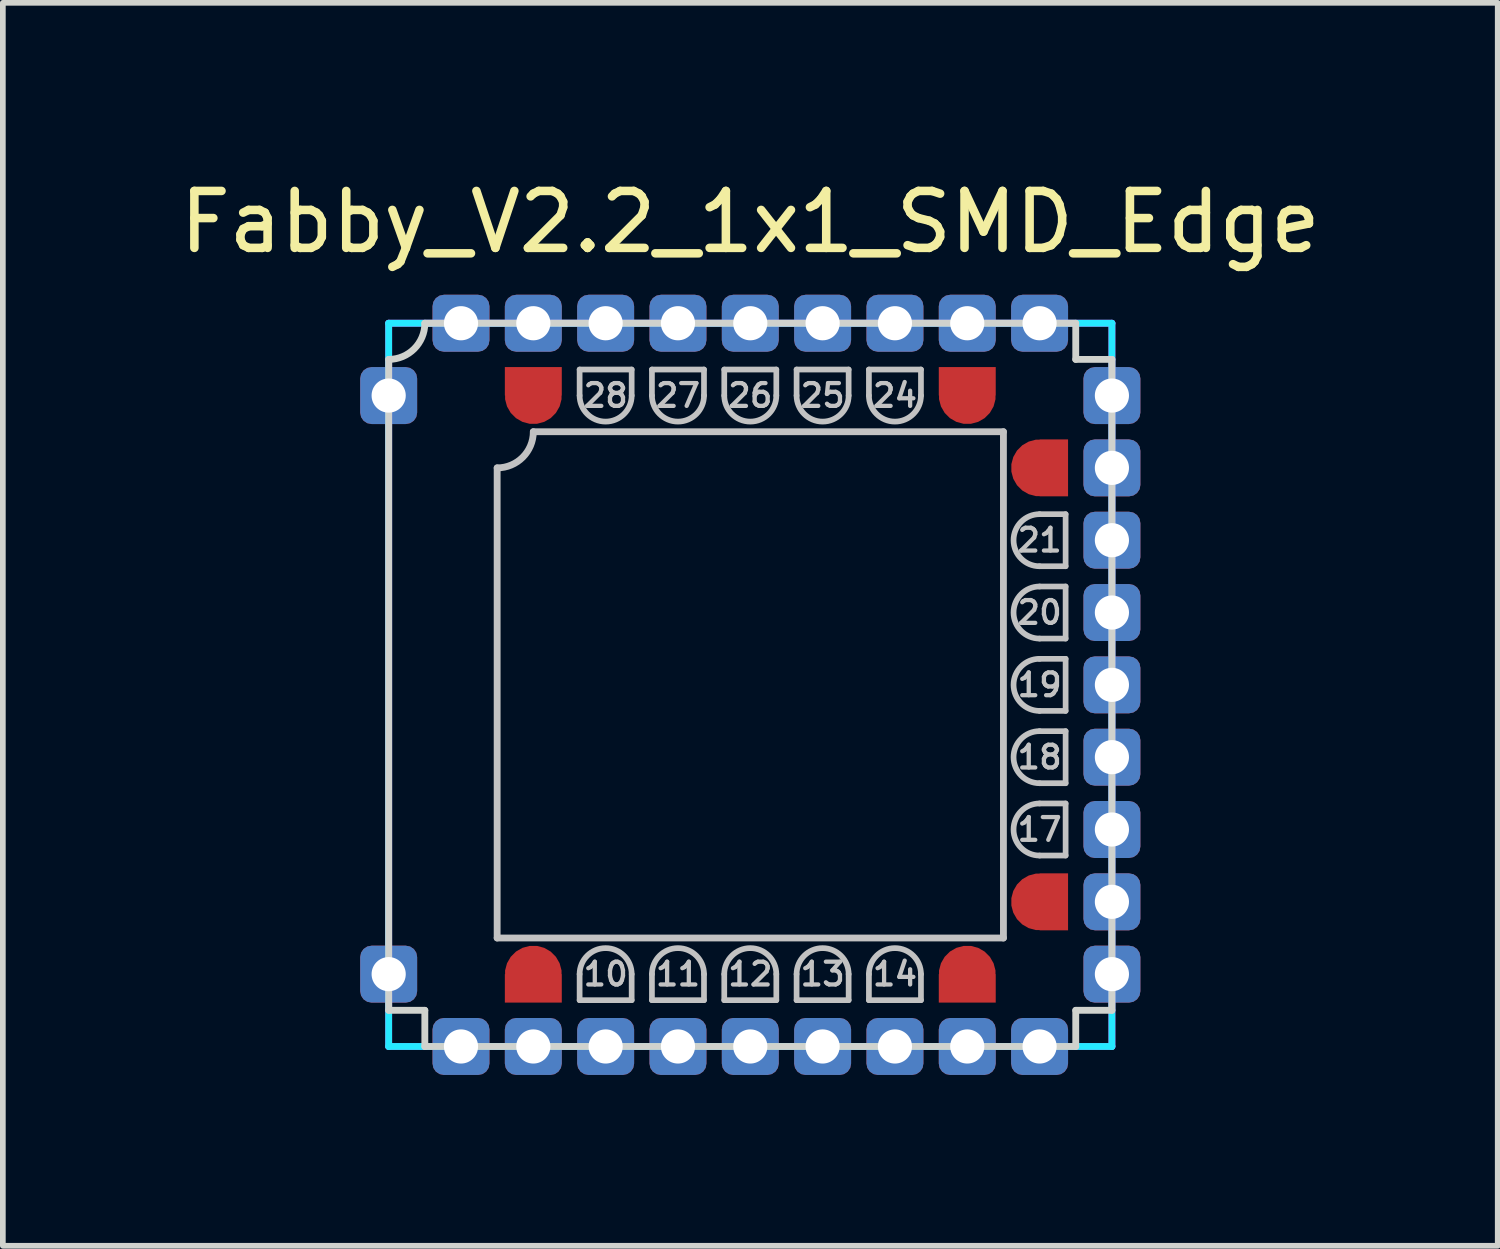
<source format=kicad_pcb>
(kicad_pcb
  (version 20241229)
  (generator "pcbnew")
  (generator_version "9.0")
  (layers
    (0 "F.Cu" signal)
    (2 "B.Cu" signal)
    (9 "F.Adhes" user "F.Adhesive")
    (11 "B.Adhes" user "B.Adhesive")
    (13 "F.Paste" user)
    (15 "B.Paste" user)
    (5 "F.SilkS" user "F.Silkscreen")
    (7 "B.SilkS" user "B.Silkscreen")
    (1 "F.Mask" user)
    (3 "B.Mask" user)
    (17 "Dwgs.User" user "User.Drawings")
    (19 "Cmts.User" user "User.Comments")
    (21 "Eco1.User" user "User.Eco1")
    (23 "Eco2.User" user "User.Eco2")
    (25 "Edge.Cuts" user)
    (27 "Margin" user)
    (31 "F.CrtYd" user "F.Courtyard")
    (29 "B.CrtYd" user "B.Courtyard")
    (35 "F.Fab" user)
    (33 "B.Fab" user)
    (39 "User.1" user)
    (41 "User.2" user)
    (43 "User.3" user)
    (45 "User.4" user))
  (footprint "Fabby_V2.2_1x1_SMD_Edge"
    (layer "F.Cu")
    (at 10.125 8.976)
    (property "Reference" "Fabby_V2.2_1x1_SMD_Edge" (at 0 -8.128 0) (layer "F.SilkS") (effects (font (size 1 1) (thickness 0.15))))
    (attr through_hole)
    (fp_line (start -4.445 4.445) (end -4.445 -3.81) (stroke (width 0.12) (type solid)) (layer "Dwgs.User"))
    (fp_line (start -3.81 -4.445) (end 4.445 -4.445) (stroke (width 0.12) (type solid)) (layer "Dwgs.User"))
    (fp_line (start -2.997 -5.537) (end -2.083 -5.537) (stroke (width 0.1) (type solid)) (layer "Dwgs.User"))
    (fp_line (start -2.997 -5.08) (end -2.997 -5.537) (stroke (width 0.1) (type solid)) (layer "Dwgs.User"))
    (fp_line (start -2.997 5.537) (end -2.997 5.08) (stroke (width 0.1) (type solid)) (layer "Dwgs.User"))
    (fp_line (start -2.083 -5.537) (end -2.083 -5.08) (stroke (width 0.1) (type solid)) (layer "Dwgs.User"))
    (fp_line (start -2.083 5.08) (end -2.083 5.537) (stroke (width 0.1) (type solid)) (layer "Dwgs.User"))
    (fp_line (start -2.083 5.537) (end -2.997 5.537) (stroke (width 0.1) (type solid)) (layer "Dwgs.User"))
    (fp_line (start -1.727 -5.537) (end -0.813 -5.537) (stroke (width 0.1) (type solid)) (layer "Dwgs.User"))
    (fp_line (start -1.727 -5.08) (end -1.727 -5.537) (stroke (width 0.1) (type solid)) (layer "Dwgs.User"))
    (fp_line (start -1.727 5.537) (end -1.727 5.08) (stroke (width 0.1) (type solid)) (layer "Dwgs.User"))
    (fp_line (start -0.813 -5.537) (end -0.813 -5.08) (stroke (width 0.1) (type solid)) (layer "Dwgs.User"))
    (fp_line (start -0.813 5.08) (end -0.813 5.537) (stroke (width 0.1) (type solid)) (layer "Dwgs.User"))
    (fp_line (start -0.813 5.537) (end -1.727 5.537) (stroke (width 0.1) (type solid)) (layer "Dwgs.User"))
    (fp_line (start -0.457 -5.537) (end 0.457 -5.537) (stroke (width 0.1) (type solid)) (layer "Dwgs.User"))
    (fp_line (start -0.457 -5.08) (end -0.457 -5.537) (stroke (width 0.1) (type solid)) (layer "Dwgs.User"))
    (fp_line (start -0.457 5.537) (end -0.457 5.08) (stroke (width 0.1) (type solid)) (layer "Dwgs.User"))
    (fp_line (start 0.457 -5.537) (end 0.457 -5.08) (stroke (width 0.1) (type solid)) (layer "Dwgs.User"))
    (fp_line (start 0.457 5.08) (end 0.457 5.537) (stroke (width 0.1) (type solid)) (layer "Dwgs.User"))
    (fp_line (start 0.457 5.537) (end -0.457 5.537) (stroke (width 0.1) (type solid)) (layer "Dwgs.User"))
    (fp_line (start 0.813 -5.537) (end 1.727 -5.537) (stroke (width 0.1) (type solid)) (layer "Dwgs.User"))
    (fp_line (start 0.813 -5.08) (end 0.813 -5.537) (stroke (width 0.1) (type solid)) (layer "Dwgs.User"))
    (fp_line (start 0.813 5.537) (end 0.813 5.08) (stroke (width 0.1) (type solid)) (layer "Dwgs.User"))
    (fp_line (start 1.727 -5.537) (end 1.727 -5.08) (stroke (width 0.1) (type solid)) (layer "Dwgs.User"))
    (fp_line (start 1.727 5.08) (end 1.727 5.537) (stroke (width 0.1) (type solid)) (layer "Dwgs.User"))
    (fp_line (start 1.727 5.537) (end 0.813 5.537) (stroke (width 0.1) (type solid)) (layer "Dwgs.User"))
    (fp_line (start 2.083 -5.537) (end 2.997 -5.537) (stroke (width 0.1) (type solid)) (layer "Dwgs.User"))
    (fp_line (start 2.083 -5.08) (end 2.083 -5.537) (stroke (width 0.1) (type solid)) (layer "Dwgs.User"))
    (fp_line (start 2.083 5.537) (end 2.083 5.08) (stroke (width 0.1) (type solid)) (layer "Dwgs.User"))
    (fp_line (start 2.997 -5.537) (end 2.997 -5.08) (stroke (width 0.1) (type solid)) (layer "Dwgs.User"))
    (fp_line (start 2.997 5.08) (end 2.997 5.537) (stroke (width 0.1) (type solid)) (layer "Dwgs.User"))
    (fp_line (start 2.997 5.537) (end 2.083 5.537) (stroke (width 0.1) (type solid)) (layer "Dwgs.User"))
    (fp_line (start 4.445 -4.445) (end 4.445 4.445) (stroke (width 0.12) (type solid)) (layer "Dwgs.User"))
    (fp_line (start 4.445 4.445) (end -4.445 4.445) (stroke (width 0.12) (type solid)) (layer "Dwgs.User"))
    (fp_line (start 5.08 -2.997) (end 5.537 -2.997) (stroke (width 0.1) (type solid)) (layer "Dwgs.User"))
    (fp_line (start 5.08 -1.727) (end 5.537 -1.727) (stroke (width 0.1) (type solid)) (layer "Dwgs.User"))
    (fp_line (start 5.08 -0.457) (end 5.537 -0.457) (stroke (width 0.1) (type solid)) (layer "Dwgs.User"))
    (fp_line (start 5.08 0.813) (end 5.537 0.813) (stroke (width 0.1) (type solid)) (layer "Dwgs.User"))
    (fp_line (start 5.08 2.083) (end 5.537 2.083) (stroke (width 0.1) (type solid)) (layer "Dwgs.User"))
    (fp_line (start 5.537 -2.997) (end 5.537 -2.083) (stroke (width 0.1) (type solid)) (layer "Dwgs.User"))
    (fp_line (start 5.537 -2.083) (end 5.08 -2.083) (stroke (width 0.1) (type solid)) (layer "Dwgs.User"))
    (fp_line (start 5.537 -1.727) (end 5.537 -0.813) (stroke (width 0.1) (type solid)) (layer "Dwgs.User"))
    (fp_line (start 5.537 -0.813) (end 5.08 -0.813) (stroke (width 0.1) (type solid)) (layer "Dwgs.User"))
    (fp_line (start 5.537 -0.457) (end 5.537 0.457) (stroke (width 0.1) (type solid)) (layer "Dwgs.User"))
    (fp_line (start 5.537 0.457) (end 5.08 0.457) (stroke (width 0.1) (type solid)) (layer "Dwgs.User"))
    (fp_line (start 5.537 0.813) (end 5.537 1.727) (stroke (width 0.1) (type solid)) (layer "Dwgs.User"))
    (fp_line (start 5.537 1.727) (end 5.08 1.727) (stroke (width 0.1) (type solid)) (layer "Dwgs.User"))
    (fp_line (start 5.537 2.083) (end 5.537 2.997) (stroke (width 0.1) (type solid)) (layer "Dwgs.User"))
    (fp_line (start 5.537 2.997) (end 5.08 2.997) (stroke (width 0.1) (type solid)) (layer "Dwgs.User"))
    (fp_arc (start -3.81 -4.445) (mid -3.995987 -3.995987) (end -4.445 -3.81) (stroke (width 0.12) (type solid)) (layer "Dwgs.User"))
    (fp_arc (start -2.9972 5.08) (mid -2.54 4.6228) (end -2.0828 5.08) (stroke (width 0.1) (type solid)) (layer "Dwgs.User"))
    (fp_arc (start -2.0828 -5.08) (mid -2.54 -4.6228) (end -2.9972 -5.08) (stroke (width 0.1) (type solid)) (layer "Dwgs.User"))
    (fp_arc (start -1.7272 5.08) (mid -1.27 4.6228) (end -0.8128 5.08) (stroke (width 0.1) (type solid)) (layer "Dwgs.User"))
    (fp_arc (start -0.8128 -5.08) (mid -1.27 -4.6228) (end -1.7272 -5.08) (stroke (width 0.1) (type solid)) (layer "Dwgs.User"))
    (fp_arc (start -0.4572 5.08) (mid 0 4.6228) (end 0.4572 5.08) (stroke (width 0.1) (type solid)) (layer "Dwgs.User"))
    (fp_arc (start 0.4572 -5.08) (mid 0 -4.6228) (end -0.4572 -5.08) (stroke (width 0.1) (type solid)) (layer "Dwgs.User"))
    (fp_arc (start 0.8128 5.08) (mid 1.27 4.6228) (end 1.7272 5.08) (stroke (width 0.1) (type solid)) (layer "Dwgs.User"))
    (fp_arc (start 1.7272 -5.08) (mid 1.27 -4.6228) (end 0.8128 -5.08) (stroke (width 0.1) (type solid)) (layer "Dwgs.User"))
    (fp_arc (start 2.0828 5.08) (mid 2.54 4.6228) (end 2.9972 5.08) (stroke (width 0.1) (type solid)) (layer "Dwgs.User"))
    (fp_arc (start 2.9972 -5.08) (mid 2.54 -4.6228) (end 2.0828 -5.08) (stroke (width 0.1) (type solid)) (layer "Dwgs.User"))
    (fp_arc (start 5.08 -2.0828) (mid 4.6228 -2.54) (end 5.08 -2.9972) (stroke (width 0.1) (type solid)) (layer "Dwgs.User"))
    (fp_arc (start 5.08 -0.8128) (mid 4.6228 -1.27) (end 5.08 -1.7272) (stroke (width 0.1) (type solid)) (layer "Dwgs.User"))
    (fp_arc (start 5.08 0.4572) (mid 4.6228 0) (end 5.08 -0.4572) (stroke (width 0.1) (type solid)) (layer "Dwgs.User"))
    (fp_arc (start 5.08 1.7272) (mid 4.6228 1.27) (end 5.08 0.8128) (stroke (width 0.1) (type solid)) (layer "Dwgs.User"))
    (fp_arc (start 5.08 2.9972) (mid 4.6228 2.54) (end 5.08 2.0828) (stroke (width 0.1) (type solid)) (layer "Dwgs.User"))
    (fp_line (start -6.35 -5.715) (end -6.35 5.715) (stroke (width 0.12) (type solid)) (layer "Edge.Cuts"))
    (fp_line (start -6.35 5.715) (end -5.715 5.715) (stroke (width 0.12) (type solid)) (layer "Edge.Cuts"))
    (fp_line (start -5.715 -6.35) (end 5.715 -6.35) (stroke (width 0.12) (type solid)) (layer "Edge.Cuts"))
    (fp_line (start -5.715 5.715) (end -5.715 6.35) (stroke (width 0.12) (type solid)) (layer "Edge.Cuts"))
    (fp_line (start -5.715 6.35) (end 5.715 6.35) (stroke (width 0.12) (type solid)) (layer "Edge.Cuts"))
    (fp_line (start 5.715 -6.35) (end 5.715 -5.715) (stroke (width 0.12) (type solid)) (layer "Edge.Cuts"))
    (fp_line (start 5.715 -5.715) (end 6.35 -5.715) (stroke (width 0.12) (type solid)) (layer "Edge.Cuts"))
    (fp_line (start 5.715 5.715) (end 6.35 5.715) (stroke (width 0.12) (type solid)) (layer "Edge.Cuts"))
    (fp_line (start 5.715 6.35) (end 5.715 5.715) (stroke (width 0.12) (type solid)) (layer "Edge.Cuts"))
    (fp_line (start 6.35 -5.715) (end 6.35 5.715) (stroke (width 0.12) (type solid)) (layer "Edge.Cuts"))
    (fp_arc (start -5.715 -6.35) (mid -5.900987 -5.900987) (end -6.35 -5.715) (stroke (width 0.12) (type solid)) (layer "Edge.Cuts"))
    (fp_line (start -6.35 -6.35) (end 6.35 -6.35) (stroke (width 0.12) (type solid)) (layer "B.CrtYd"))
    (fp_line (start -6.35 6.35) (end -6.35 -6.35) (stroke (width 0.12) (type solid)) (layer "B.CrtYd"))
    (fp_line (start 6.35 -6.35) (end 6.35 6.35) (stroke (width 0.12) (type solid)) (layer "B.CrtYd"))
    (fp_line (start 6.35 6.35) (end -6.35 6.35) (stroke (width 0.12) (type solid)) (layer "B.CrtYd"))
    (fp_line (start -6.35 -6.35) (end 6.35 -6.35) (stroke (width 0.12) (type solid)) (layer "F.CrtYd"))
    (fp_line (start -6.35 6.35) (end -6.35 -6.35) (stroke (width 0.12) (type solid)) (layer "F.CrtYd"))
    (fp_line (start 6.35 -6.35) (end 6.35 6.35) (stroke (width 0.12) (type solid)) (layer "F.CrtYd"))
    (fp_line (start 6.35 6.35) (end -6.35 6.35) (stroke (width 0.12) (type solid)) (layer "F.CrtYd"))
    (fp_text user "12" (at 0 5.08 180) (layer "Dwgs.User") (effects (font (size 0.4 0.4) (thickness 0.075))))
    (fp_text user "17" (at 5.08 2.54 180) (layer "Dwgs.User") (effects (font (size 0.4 0.4) (thickness 0.075))))
    (fp_text user "10" (at -2.54 5.08 180) (layer "Dwgs.User") (effects (font (size 0.4 0.4) (thickness 0.075))))
    (fp_text user "19" (at 5.08 0 180) (layer "Dwgs.User") (effects (font (size 0.4 0.4) (thickness 0.075))))
    (fp_text user "14" (at 2.54 5.08 180) (layer "Dwgs.User") (effects (font (size 0.4 0.4) (thickness 0.075))))
    (fp_text user "21" (at 5.08 -2.54 180) (layer "Dwgs.User") (effects (font (size 0.4 0.4) (thickness 0.075))))
    (fp_text user "20" (at 5.08 -1.27 180) (layer "Dwgs.User") (effects (font (size 0.4 0.4) (thickness 0.075))))
    (fp_text user "18" (at 5.08 1.27 180) (layer "Dwgs.User") (effects (font (size 0.4 0.4) (thickness 0.075))))
    (fp_text user "11" (at -1.27 5.08 180) (layer "Dwgs.User") (effects (font (size 0.4 0.4) (thickness 0.075))))
    (fp_text user "28" (at -2.54 -5.08 0) (layer "Dwgs.User") (effects (font (size 0.4 0.4) (thickness 0.075))))
    (fp_text user "25" (at 1.27 -5.08 0) (layer "Dwgs.User") (effects (font (size 0.4 0.4) (thickness 0.075))))
    (fp_text user "24" (at 2.54 -5.08 0) (layer "Dwgs.User") (effects (font (size 0.4 0.4) (thickness 0.075))))
    (fp_text user "26" (at 0 -5.08 0) (layer "Dwgs.User") (effects (font (size 0.4 0.4) (thickness 0.075))))
    (fp_text user "27" (at -1.27 -5.08 0) (layer "Dwgs.User") (effects (font (size 0.4 0.4) (thickness 0.075))))
    (fp_text user "13" (at 1.27 5.08 180) (layer "Dwgs.User") (effects (font (size 0.4 0.4) (thickness 0.075))))
    (pad "" thru_hole roundrect (at -3.81 -6.35 270) (size 1 1) (drill 0.6) (layers "*.Cu" "*.Mask") (roundrect_rratio 0.2))
    (pad "" thru_hole roundrect (at -3.81 6.35 270) (size 1 1) (drill 0.6) (layers "*.Cu" "*.Mask") (roundrect_rratio 0.2))
    (pad "" thru_hole roundrect (at 3.81 -6.35 270) (size 1 1) (drill 0.6) (layers "*.Cu" "*.Mask") (roundrect_rratio 0.2))
    (pad "" thru_hole roundrect (at 3.81 6.35 270) (size 1 1) (drill 0.6) (layers "*.Cu" "*.Mask") (roundrect_rratio 0.2))
    (pad "" thru_hole roundrect (at 6.35 -3.81 270) (size 1 1) (drill 0.6) (layers "*.Cu" "*.Mask") (roundrect_rratio 0.2))
    (pad "" thru_hole roundrect (at 6.35 3.81 270) (size 1 1) (drill 0.6) (layers "*.Cu" "*.Mask") (roundrect_rratio 0.2))
    (pad "1" thru_hole roundrect (at -6.35 -5.08 270) (size 1 1) (drill 0.6) (layers "*.Cu" "*.Mask") (roundrect_rratio 0.2))
    (pad "1" thru_hole roundrect (at -6.35 5.08 270) (size 1 1) (drill 0.6) (layers "*.Cu" "*.Mask") (roundrect_rratio 0.2))
    (pad "1" thru_hole roundrect (at -5.08 -6.35 270) (size 1 1) (drill 0.6) (layers "*.Cu" "*.Mask") (roundrect_rratio 0.2))
    (pad "1" thru_hole roundrect (at -5.08 6.35 270) (size 1 1) (drill 0.6) (layers "*.Cu" "*.Mask") (roundrect_rratio 0.2))
    (pad "1" thru_hole roundrect (at 5.08 -6.35 270) (size 1 1) (drill 0.6) (layers "*.Cu" "*.Mask") (roundrect_rratio 0.2))
    (pad "1" thru_hole roundrect (at 5.08 6.35 270) (size 1 1) (drill 0.6) (layers "*.Cu" "*.Mask") (roundrect_rratio 0.2))
    (pad "1" thru_hole roundrect (at 6.35 -5.08 270) (size 1 1) (drill 0.6) (layers "*.Cu" "*.Mask") (roundrect_rratio 0.2))
    (pad "1" thru_hole roundrect (at 6.35 5.08 270) (size 1 1) (drill 0.6) (layers "*.Cu" "*.Mask") (roundrect_rratio 0.2))
    (pad "9" smd custom (at -3.81 5.08 90) (size 1 1) (layers "F.Cu" "F.Mask" "F.Paste") (options (anchor circle)) (primitives (gr_poly (pts (xy -0.5 -0.5) (xy 0 -0.5) (xy 0 0.5) (xy -0.5 0.5)) (width 0) (fill yes))))
    (pad "10" thru_hole roundrect (at -2.54 6.35 270) (size 1 1) (drill 0.6) (layers "*.Cu" "*.Mask") (roundrect_rratio 0.2))
    (pad "11" thru_hole roundrect (at -1.27 6.35 270) (size 1 1) (drill 0.6) (layers "*.Cu" "*.Mask") (roundrect_rratio 0.2))
    (pad "12" thru_hole roundrect (at 0 6.35 270) (size 1 1) (drill 0.6) (layers "*.Cu" "*.Mask") (roundrect_rratio 0.2))
    (pad "13" thru_hole roundrect (at 1.27 6.35 270) (size 1 1) (drill 0.6) (layers "*.Cu" "*.Mask") (roundrect_rratio 0.2))
    (pad "14" thru_hole roundrect (at 2.54 6.35 270) (size 1 1) (drill 0.6) (layers "*.Cu" "*.Mask") (roundrect_rratio 0.2))
    (pad "15" smd custom (at 3.81 5.08 90) (size 1 1) (layers "F.Cu" "F.Mask" "F.Paste") (options (anchor circle)) (primitives (gr_poly (pts (xy -0.5 -0.5) (xy 0 -0.5) (xy 0 0.5) (xy -0.5 0.5)) (width 0) (fill yes))))
    (pad "16" smd custom (at 5.08 3.81 180) (size 1 1) (layers "F.Cu" "F.Mask" "F.Paste") (options (anchor circle)) (primitives (gr_poly (pts (xy -0.5 -0.5) (xy 0 -0.5) (xy 0 0.5) (xy -0.5 0.5)) (width 0) (fill yes))))
    (pad "17" thru_hole roundrect (at 6.35 2.54 270) (size 1 1) (drill 0.6) (layers "*.Cu" "*.Mask") (roundrect_rratio 0.2))
    (pad "18" thru_hole roundrect (at 6.35 1.27 270) (size 1 1) (drill 0.6) (layers "*.Cu" "*.Mask") (roundrect_rratio 0.2))
    (pad "19" thru_hole roundrect (at 6.35 0 270) (size 1 1) (drill 0.6) (layers "*.Cu" "*.Mask") (roundrect_rratio 0.2))
    (pad "20" thru_hole roundrect (at 6.35 -1.27 270) (size 1 1) (drill 0.6) (layers "*.Cu" "*.Mask") (roundrect_rratio 0.2))
    (pad "21" thru_hole roundrect (at 6.35 -2.54 270) (size 1 1) (drill 0.6) (layers "*.Cu" "*.Mask") (roundrect_rratio 0.2))
    (pad "22" smd custom (at 5.08 -3.81 180) (size 1 1) (layers "F.Cu" "F.Mask" "F.Paste") (options (anchor circle)) (primitives (gr_poly (pts (xy -0.5 -0.5) (xy 0 -0.5) (xy 0 0.5) (xy -0.5 0.5)) (width 0) (fill yes))))
    (pad "23" smd custom (at 3.81 -5.08 270) (size 1 1) (layers "F.Cu" "F.Mask" "F.Paste") (options (anchor circle)) (primitives (gr_poly (pts (xy -0.5 -0.5) (xy 0 -0.5) (xy 0 0.5) (xy -0.5 0.5)) (width 0) (fill yes))))
    (pad "24" thru_hole roundrect (at 2.54 -6.35 270) (size 1 1) (drill 0.6) (layers "*.Cu" "*.Mask") (roundrect_rratio 0.2))
    (pad "25" thru_hole roundrect (at 1.27 -6.35 270) (size 1 1) (drill 0.6) (layers "*.Cu" "*.Mask") (roundrect_rratio 0.2))
    (pad "26" thru_hole roundrect (at 0 -6.35 270) (size 1 1) (drill 0.6) (layers "*.Cu" "*.Mask") (roundrect_rratio 0.2))
    (pad "27" thru_hole roundrect (at -1.27 -6.35 270) (size 1 1) (drill 0.6) (layers "*.Cu" "*.Mask") (roundrect_rratio 0.2))
    (pad "28" thru_hole roundrect (at -2.54 -6.35 270) (size 1 1) (drill 0.6) (layers "*.Cu" "*.Mask") (roundrect_rratio 0.2))
    (pad "29" smd custom (at -3.81 -5.08 270) (size 1 1) (layers "F.Cu" "F.Mask" "F.Paste") (options (anchor circle)) (primitives (gr_poly (pts (xy -0.5 -0.5) (xy 0 -0.5) (xy 0 0.5) (xy -0.5 0.5)) (width 0) (fill yes)))))
  (gr_rect
    (start -3 -3)
    (end 23.25 18.826)
    (stroke (width 0.1) (type default))
    (fill no)
    (layer "Edge.Cuts")))
</source>
